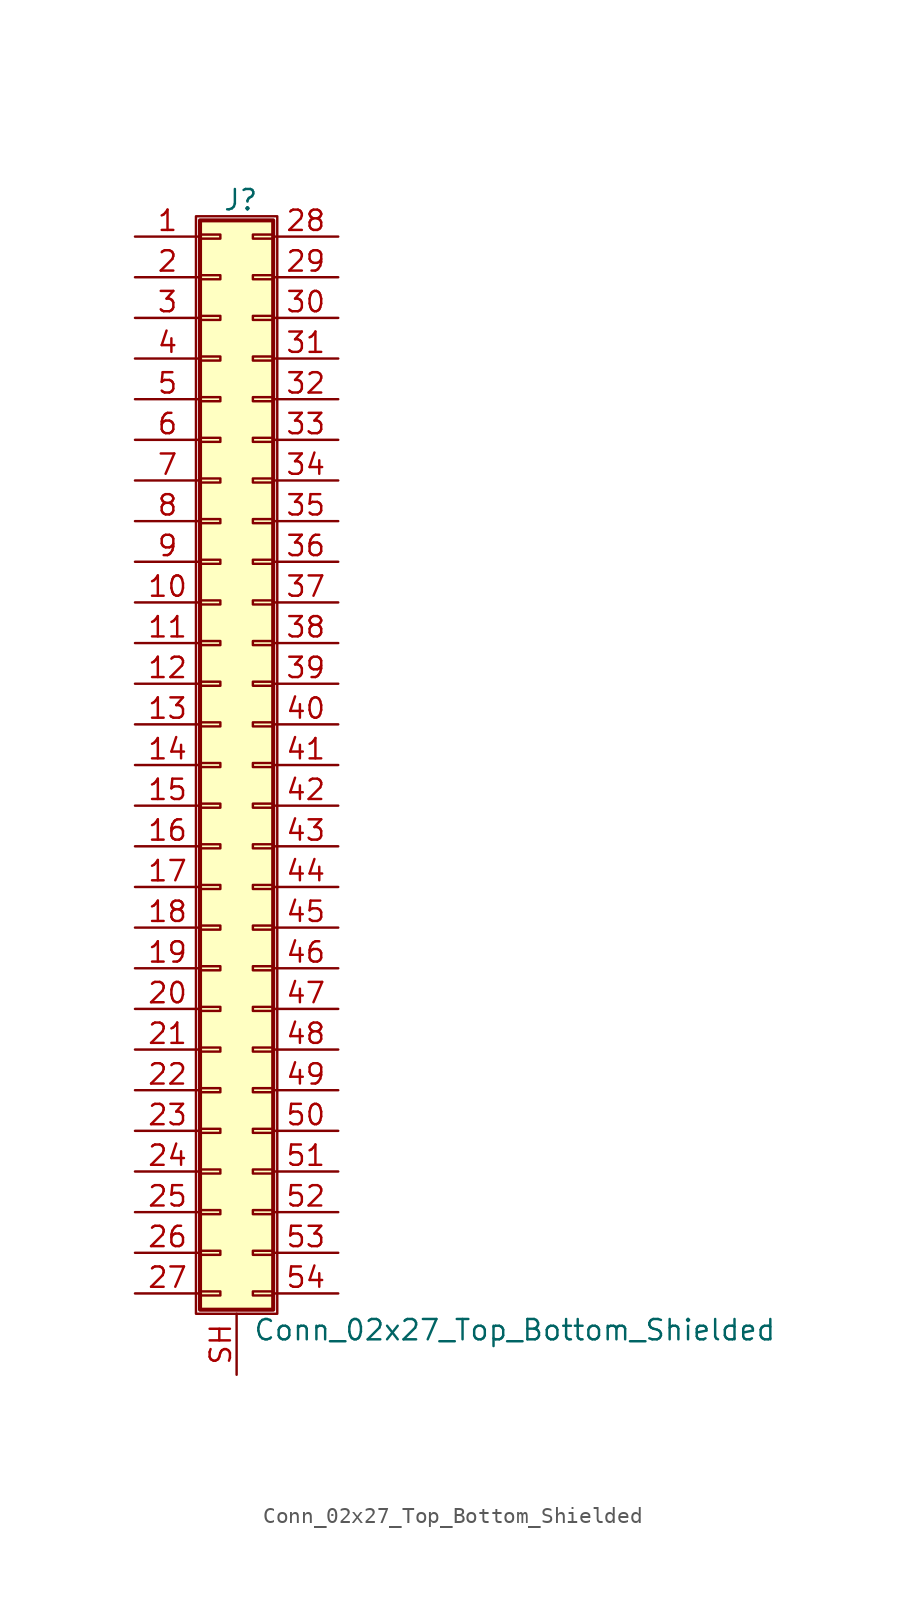
<source format=kicad_sym>
(kicad_symbol_lib
  (version 20201005)
  (generator kicad_symbol_editor)
  (symbol "Connector_Generic_Shielded:Conn_02x27_Top_Bottom_Shielded"
    (pin_names
      (offset 1.016) hide)
    (property "Reference" "J"
      (at 1.524 35.306 0)
      (effects (font (size 1.27 1.27))))
    (property "Value" "Conn_02x27_Top_Bottom_Shielded"
      (at 2.286 -35.306 0)
      (effects (font (size 1.27 1.27)) (justify left)))
    (symbol "Conn_02x27_Top_Bottom_Shielded_1_1"
      (rectangle (start -1.016 -27.813) (end 0.254 -28.067) (stroke (width 0.152)) (fill (type none)))
      (rectangle (start -1.016 -30.353) (end 0.254 -30.607) (stroke (width 0.152)) (fill (type none)))
      (rectangle (start -1.016 -32.893) (end 0.254 -33.147) (stroke (width 0.152)) (fill (type none)))
      (rectangle (start -1.016 -4.953) (end 0.254 -5.207) (stroke (width 0.152)) (fill (type none)))
      (rectangle (start -1.016 -7.493) (end 0.254 -7.747) (stroke (width 0.152)) (fill (type none)))
      (rectangle (start -1.016 -10.033) (end 0.254 -10.287) (stroke (width 0.152)) (fill (type none)))
      (rectangle (start -1.016 -12.573) (end 0.254 -12.827) (stroke (width 0.152)) (fill (type none)))
      (rectangle (start -1.016 -15.113) (end 0.254 -15.367) (stroke (width 0.152)) (fill (type none)))
      (rectangle (start -1.016 -17.653) (end 0.254 -17.907) (stroke (width 0.152)) (fill (type none)))
      (rectangle (start -1.016 -20.193) (end 0.254 -20.447) (stroke (width 0.152)) (fill (type none)))
      (rectangle (start -1.016 -22.733) (end 0.254 -22.987) (stroke (width 0.152)) (fill (type none)))
      (rectangle (start -1.016 -2.413) (end 0.254 -2.667) (stroke (width 0.152)) (fill (type none)))
      (rectangle (start -1.016 -25.273) (end 0.254 -25.527) (stroke (width 0.152)) (fill (type none)))
      (rectangle (start -1.016 25.527) (end 0.254 25.273) (stroke (width 0.152)) (fill (type none)))
      (rectangle (start -1.016 2.667) (end 0.254 2.413) (stroke (width 0.152)) (fill (type none)))
      (rectangle (start -1.016 28.067) (end 0.254 27.813) (stroke (width 0.152)) (fill (type none)))
      (rectangle (start -1.016 30.607) (end 0.254 30.353) (stroke (width 0.152)) (fill (type none)))
      (rectangle (start -1.016 33.147) (end 0.254 32.893) (stroke (width 0.152)) (fill (type none)))
      (rectangle (start -1.016 34.036) (end 3.556 -34.036) (stroke (width 0.254)) (fill (type background)))
      (rectangle (start -1.016 5.207) (end 0.254 4.953) (stroke (width 0.152)) (fill (type none)))
      (rectangle (start -1.016 7.747) (end 0.254 7.493) (stroke (width 0.152)) (fill (type none)))
      (rectangle (start -1.016 10.287) (end 0.254 10.033) (stroke (width 0.152)) (fill (type none)))
      (rectangle (start -1.016 0.127) (end 0.254 -0.127) (stroke (width 0.152)) (fill (type none)))
      (rectangle (start -1.016 12.827) (end 0.254 12.573) (stroke (width 0.152)) (fill (type none)))
      (rectangle (start -1.016 15.367) (end 0.254 15.113) (stroke (width 0.152)) (fill (type none)))
      (rectangle (start -1.016 17.907) (end 0.254 17.653) (stroke (width 0.152)) (fill (type none)))
      (rectangle (start -1.016 20.447) (end 0.254 20.193) (stroke (width 0.152)) (fill (type none)))
      (rectangle (start -1.016 22.987) (end 0.254 22.733) (stroke (width 0.152)) (fill (type none)))
      (rectangle (start -1.27 34.29) (end 3.81 -34.29) (stroke (width 0.152)) (fill (type none)))
      (rectangle (start 3.556 -27.813) (end 2.286 -28.067) (stroke (width 0.152)) (fill (type none)))
      (rectangle (start 3.556 -30.353) (end 2.286 -30.607) (stroke (width 0.152)) (fill (type none)))
      (rectangle (start 3.556 -32.893) (end 2.286 -33.147) (stroke (width 0.152)) (fill (type none)))
      (rectangle (start 3.556 -4.953) (end 2.286 -5.207) (stroke (width 0.152)) (fill (type none)))
      (rectangle (start 3.556 -7.493) (end 2.286 -7.747) (stroke (width 0.152)) (fill (type none)))
      (rectangle (start 3.556 -10.033) (end 2.286 -10.287) (stroke (width 0.152)) (fill (type none)))
      (rectangle (start 3.556 -12.573) (end 2.286 -12.827) (stroke (width 0.152)) (fill (type none)))
      (rectangle (start 3.556 -15.113) (end 2.286 -15.367) (stroke (width 0.152)) (fill (type none)))
      (rectangle (start 3.556 -17.653) (end 2.286 -17.907) (stroke (width 0.152)) (fill (type none)))
      (rectangle (start 3.556 -20.193) (end 2.286 -20.447) (stroke (width 0.152)) (fill (type none)))
      (rectangle (start 3.556 -22.733) (end 2.286 -22.987) (stroke (width 0.152)) (fill (type none)))
      (rectangle (start 3.556 -2.413) (end 2.286 -2.667) (stroke (width 0.152)) (fill (type none)))
      (rectangle (start 3.556 -25.273) (end 2.286 -25.527) (stroke (width 0.152)) (fill (type none)))
      (rectangle (start 3.556 25.527) (end 2.286 25.273) (stroke (width 0.152)) (fill (type none)))
      (rectangle (start 3.556 2.667) (end 2.286 2.413) (stroke (width 0.152)) (fill (type none)))
      (rectangle (start 3.556 28.067) (end 2.286 27.813) (stroke (width 0.152)) (fill (type none)))
      (rectangle (start 3.556 30.607) (end 2.286 30.353) (stroke (width 0.152)) (fill (type none)))
      (rectangle (start 3.556 33.147) (end 2.286 32.893) (stroke (width 0.152)) (fill (type none)))
      (rectangle (start 3.556 5.207) (end 2.286 4.953) (stroke (width 0.152)) (fill (type none)))
      (rectangle (start 3.556 7.747) (end 2.286 7.493) (stroke (width 0.152)) (fill (type none)))
      (rectangle (start 3.556 10.287) (end 2.286 10.033) (stroke (width 0.152)) (fill (type none)))
      (rectangle (start 3.556 0.127) (end 2.286 -0.127) (stroke (width 0.152)) (fill (type none)))
      (rectangle (start 3.556 12.827) (end 2.286 12.573) (stroke (width 0.152)) (fill (type none)))
      (rectangle (start 3.556 15.367) (end 2.286 15.113) (stroke (width 0.152)) (fill (type none)))
      (rectangle (start 3.556 17.907) (end 2.286 17.653) (stroke (width 0.152)) (fill (type none)))
      (rectangle (start 3.556 20.447) (end 2.286 20.193) (stroke (width 0.152)) (fill (type none)))
      (rectangle (start 3.556 22.987) (end 2.286 22.733) (stroke (width 0.152)) (fill (type none)))
      (pin passive line (at -5.08 33.02 0) (length 4.064) (name "Pin_1" (effects (font (size 1.27 1.27)))) (number "1" (effects (font (size 1.27 1.27)))))
      (pin passive line (at -5.08 10.16 0) (length 4.064) (name "Pin_10" (effects (font (size 1.27 1.27)))) (number "10" (effects (font (size 1.27 1.27)))))
      (pin passive line (at -5.08 7.62 0) (length 4.064) (name "Pin_11" (effects (font (size 1.27 1.27)))) (number "11" (effects (font (size 1.27 1.27)))))
      (pin passive line (at -5.08 5.08 0) (length 4.064) (name "Pin_12" (effects (font (size 1.27 1.27)))) (number "12" (effects (font (size 1.27 1.27)))))
      (pin passive line (at -5.08 2.54 0) (length 4.064) (name "Pin_13" (effects (font (size 1.27 1.27)))) (number "13" (effects (font (size 1.27 1.27)))))
      (pin passive line (at -5.08 0 0) (length 4.064) (name "Pin_14" (effects (font (size 1.27 1.27)))) (number "14" (effects (font (size 1.27 1.27)))))
      (pin passive line (at -5.08 -2.54 0) (length 4.064) (name "Pin_15" (effects (font (size 1.27 1.27)))) (number "15" (effects (font (size 1.27 1.27)))))
      (pin passive line (at -5.08 -5.08 0) (length 4.064) (name "Pin_16" (effects (font (size 1.27 1.27)))) (number "16" (effects (font (size 1.27 1.27)))))
      (pin passive line (at -5.08 -7.62 0) (length 4.064) (name "Pin_17" (effects (font (size 1.27 1.27)))) (number "17" (effects (font (size 1.27 1.27)))))
      (pin passive line (at -5.08 -10.16 0) (length 4.064) (name "Pin_18" (effects (font (size 1.27 1.27)))) (number "18" (effects (font (size 1.27 1.27)))))
      (pin passive line (at -5.08 -12.7 0) (length 4.064) (name "Pin_19" (effects (font (size 1.27 1.27)))) (number "19" (effects (font (size 1.27 1.27)))))
      (pin passive line (at -5.08 30.48 0) (length 4.064) (name "Pin_2" (effects (font (size 1.27 1.27)))) (number "2" (effects (font (size 1.27 1.27)))))
      (pin passive line (at -5.08 -15.24 0) (length 4.064) (name "Pin_20" (effects (font (size 1.27 1.27)))) (number "20" (effects (font (size 1.27 1.27)))))
      (pin passive line (at -5.08 -17.78 0) (length 4.064) (name "Pin_21" (effects (font (size 1.27 1.27)))) (number "21" (effects (font (size 1.27 1.27)))))
      (pin passive line (at -5.08 -20.32 0) (length 4.064) (name "Pin_22" (effects (font (size 1.27 1.27)))) (number "22" (effects (font (size 1.27 1.27)))))
      (pin passive line (at -5.08 -22.86 0) (length 4.064) (name "Pin_23" (effects (font (size 1.27 1.27)))) (number "23" (effects (font (size 1.27 1.27)))))
      (pin passive line (at -5.08 -25.4 0) (length 4.064) (name "Pin_24" (effects (font (size 1.27 1.27)))) (number "24" (effects (font (size 1.27 1.27)))))
      (pin passive line (at -5.08 -27.94 0) (length 4.064) (name "Pin_25" (effects (font (size 1.27 1.27)))) (number "25" (effects (font (size 1.27 1.27)))))
      (pin passive line (at -5.08 -30.48 0) (length 4.064) (name "Pin_26" (effects (font (size 1.27 1.27)))) (number "26" (effects (font (size 1.27 1.27)))))
      (pin passive line (at -5.08 -33.02 0) (length 4.064) (name "Pin_27" (effects (font (size 1.27 1.27)))) (number "27" (effects (font (size 1.27 1.27)))))
      (pin passive line (at 7.62 33.02 180) (length 4.064) (name "Pin_28" (effects (font (size 1.27 1.27)))) (number "28" (effects (font (size 1.27 1.27)))))
      (pin passive line (at 7.62 30.48 180) (length 4.064) (name "Pin_29" (effects (font (size 1.27 1.27)))) (number "29" (effects (font (size 1.27 1.27)))))
      (pin passive line (at -5.08 27.94 0) (length 4.064) (name "Pin_3" (effects (font (size 1.27 1.27)))) (number "3" (effects (font (size 1.27 1.27)))))
      (pin passive line (at 7.62 27.94 180) (length 4.064) (name "Pin_30" (effects (font (size 1.27 1.27)))) (number "30" (effects (font (size 1.27 1.27)))))
      (pin passive line (at 7.62 25.4 180) (length 4.064) (name "Pin_31" (effects (font (size 1.27 1.27)))) (number "31" (effects (font (size 1.27 1.27)))))
      (pin passive line (at 7.62 22.86 180) (length 4.064) (name "Pin_32" (effects (font (size 1.27 1.27)))) (number "32" (effects (font (size 1.27 1.27)))))
      (pin passive line (at 7.62 20.32 180) (length 4.064) (name "Pin_33" (effects (font (size 1.27 1.27)))) (number "33" (effects (font (size 1.27 1.27)))))
      (pin passive line (at 7.62 17.78 180) (length 4.064) (name "Pin_34" (effects (font (size 1.27 1.27)))) (number "34" (effects (font (size 1.27 1.27)))))
      (pin passive line (at 7.62 15.24 180) (length 4.064) (name "Pin_35" (effects (font (size 1.27 1.27)))) (number "35" (effects (font (size 1.27 1.27)))))
      (pin passive line (at 7.62 12.7 180) (length 4.064) (name "Pin_36" (effects (font (size 1.27 1.27)))) (number "36" (effects (font (size 1.27 1.27)))))
      (pin passive line (at 7.62 10.16 180) (length 4.064) (name "Pin_37" (effects (font (size 1.27 1.27)))) (number "37" (effects (font (size 1.27 1.27)))))
      (pin passive line (at 7.62 7.62 180) (length 4.064) (name "Pin_38" (effects (font (size 1.27 1.27)))) (number "38" (effects (font (size 1.27 1.27)))))
      (pin passive line (at 7.62 5.08 180) (length 4.064) (name "Pin_39" (effects (font (size 1.27 1.27)))) (number "39" (effects (font (size 1.27 1.27)))))
      (pin passive line (at -5.08 25.4 0) (length 4.064) (name "Pin_4" (effects (font (size 1.27 1.27)))) (number "4" (effects (font (size 1.27 1.27)))))
      (pin passive line (at 7.62 2.54 180) (length 4.064) (name "Pin_40" (effects (font (size 1.27 1.27)))) (number "40" (effects (font (size 1.27 1.27)))))
      (pin passive line (at 7.62 0 180) (length 4.064) (name "Pin_41" (effects (font (size 1.27 1.27)))) (number "41" (effects (font (size 1.27 1.27)))))
      (pin passive line (at 7.62 -2.54 180) (length 4.064) (name "Pin_42" (effects (font (size 1.27 1.27)))) (number "42" (effects (font (size 1.27 1.27)))))
      (pin passive line (at 7.62 -5.08 180) (length 4.064) (name "Pin_43" (effects (font (size 1.27 1.27)))) (number "43" (effects (font (size 1.27 1.27)))))
      (pin passive line (at 7.62 -7.62 180) (length 4.064) (name "Pin_44" (effects (font (size 1.27 1.27)))) (number "44" (effects (font (size 1.27 1.27)))))
      (pin passive line (at 7.62 -10.16 180) (length 4.064) (name "Pin_45" (effects (font (size 1.27 1.27)))) (number "45" (effects (font (size 1.27 1.27)))))
      (pin passive line (at 7.62 -12.7 180) (length 4.064) (name "Pin_46" (effects (font (size 1.27 1.27)))) (number "46" (effects (font (size 1.27 1.27)))))
      (pin passive line (at 7.62 -15.24 180) (length 4.064) (name "Pin_47" (effects (font (size 1.27 1.27)))) (number "47" (effects (font (size 1.27 1.27)))))
      (pin passive line (at 7.62 -17.78 180) (length 4.064) (name "Pin_48" (effects (font (size 1.27 1.27)))) (number "48" (effects (font (size 1.27 1.27)))))
      (pin passive line (at 7.62 -20.32 180) (length 4.064) (name "Pin_49" (effects (font (size 1.27 1.27)))) (number "49" (effects (font (size 1.27 1.27)))))
      (pin passive line (at -5.08 22.86 0) (length 4.064) (name "Pin_5" (effects (font (size 1.27 1.27)))) (number "5" (effects (font (size 1.27 1.27)))))
      (pin passive line (at 7.62 -22.86 180) (length 4.064) (name "Pin_50" (effects (font (size 1.27 1.27)))) (number "50" (effects (font (size 1.27 1.27)))))
      (pin passive line (at 7.62 -25.4 180) (length 4.064) (name "Pin_51" (effects (font (size 1.27 1.27)))) (number "51" (effects (font (size 1.27 1.27)))))
      (pin passive line (at 7.62 -27.94 180) (length 4.064) (name "Pin_52" (effects (font (size 1.27 1.27)))) (number "52" (effects (font (size 1.27 1.27)))))
      (pin passive line (at 7.62 -30.48 180) (length 4.064) (name "Pin_53" (effects (font (size 1.27 1.27)))) (number "53" (effects (font (size 1.27 1.27)))))
      (pin passive line (at 7.62 -33.02 180) (length 4.064) (name "Pin_54" (effects (font (size 1.27 1.27)))) (number "54" (effects (font (size 1.27 1.27)))))
      (pin passive line (at -5.08 20.32 0) (length 4.064) (name "Pin_6" (effects (font (size 1.27 1.27)))) (number "6" (effects (font (size 1.27 1.27)))))
      (pin passive line (at -5.08 17.78 0) (length 4.064) (name "Pin_7" (effects (font (size 1.27 1.27)))) (number "7" (effects (font (size 1.27 1.27)))))
      (pin passive line (at -5.08 15.24 0) (length 4.064) (name "Pin_8" (effects (font (size 1.27 1.27)))) (number "8" (effects (font (size 1.27 1.27)))))
      (pin passive line (at -5.08 12.7 0) (length 4.064) (name "Pin_9" (effects (font (size 1.27 1.27)))) (number "9" (effects (font (size 1.27 1.27)))))
      (pin passive line (at 1.27 -38.1 90) (length 3.81) (name "Shield" (effects (font (size 1.27 1.27)))) (number "SH" (effects (font (size 1.27 1.27))))))))
</source>
